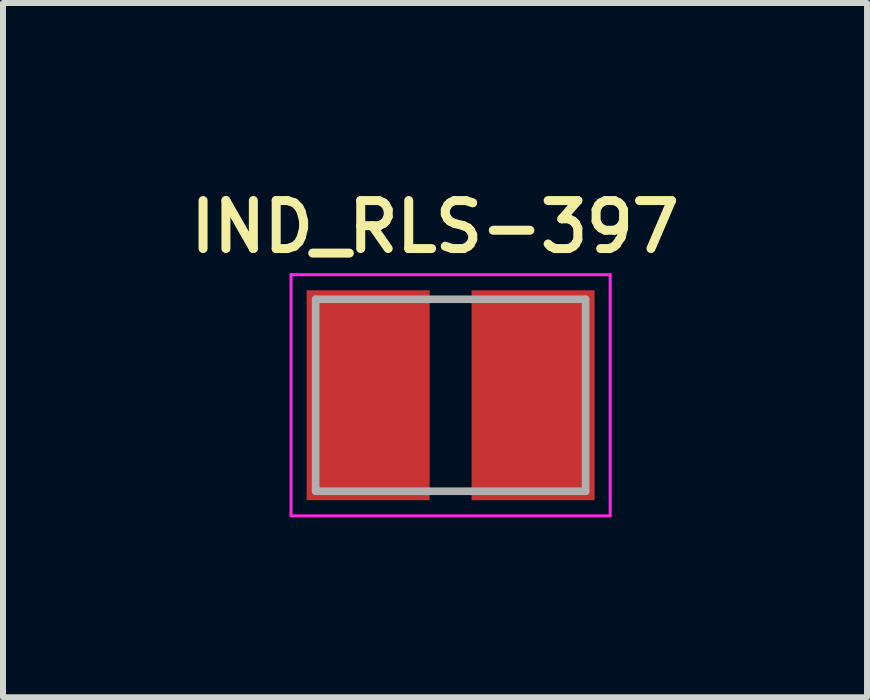
<source format=kicad_pcb>
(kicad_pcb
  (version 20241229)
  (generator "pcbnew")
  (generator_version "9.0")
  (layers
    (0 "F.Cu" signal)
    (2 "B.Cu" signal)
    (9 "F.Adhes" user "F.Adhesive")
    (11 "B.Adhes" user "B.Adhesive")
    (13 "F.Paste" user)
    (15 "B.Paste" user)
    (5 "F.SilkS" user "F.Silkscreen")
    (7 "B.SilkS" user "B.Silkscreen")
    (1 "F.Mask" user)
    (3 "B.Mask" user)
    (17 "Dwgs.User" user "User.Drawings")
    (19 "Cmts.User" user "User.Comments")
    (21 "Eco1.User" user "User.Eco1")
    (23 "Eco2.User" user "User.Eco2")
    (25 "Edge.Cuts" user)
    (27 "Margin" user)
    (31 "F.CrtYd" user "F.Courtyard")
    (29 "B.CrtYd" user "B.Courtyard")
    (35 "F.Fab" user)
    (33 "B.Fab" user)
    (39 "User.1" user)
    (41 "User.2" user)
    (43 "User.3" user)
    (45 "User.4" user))
  (footprint "IND_RLS-397"
    (layer "F.Cu")
    (at 4.462 3.539)
    (property "Reference" "IND_RLS-397" (at -0.26 -2.808 0) (layer "F.SilkS") (effects (font (size 0.8 0.8) (thickness 0.15))))
    (attr smd)
    (fp_line (start -2.66 -2.01) (end 2.66 -2.01) (stroke (width 0.05) (type solid)) (layer "F.CrtYd"))
    (fp_line (start -2.66 2.01) (end -2.66 -2.01) (stroke (width 0.05) (type solid)) (layer "F.CrtYd"))
    (fp_line (start 2.66 -2.01) (end 2.66 2.01) (stroke (width 0.05) (type solid)) (layer "F.CrtYd"))
    (fp_line (start 2.66 2.01) (end -2.66 2.01) (stroke (width 0.05) (type solid)) (layer "F.CrtYd"))
    (fp_line (start -2.25 -1.6) (end 2.25 -1.6) (stroke (width 0.127) (type solid)) (layer "F.Fab"))
    (fp_line (start -2.25 1.6) (end -2.25 -1.6) (stroke (width 0.127) (type solid)) (layer "F.Fab"))
    (fp_line (start 2.25 -1.6) (end 2.25 1.6) (stroke (width 0.127) (type solid)) (layer "F.Fab"))
    (fp_line (start 2.25 1.6) (end -2.25 1.6) (stroke (width 0.127) (type solid)) (layer "F.Fab"))
    (pad "1" smd rect (at -1.375 0) (size 2.05 3.5) (layers "F.Cu" "F.Mask" "F.Paste"))
    (pad "2" smd rect (at 1.375 0) (size 2.05 3.5) (layers "F.Cu" "F.Mask" "F.Paste")))
  (gr_rect
    (start -3 -3)
    (end 11.404 8.574)
    (stroke (width 0.1) (type default))
    (fill no)
    (layer "Edge.Cuts")))
</source>
